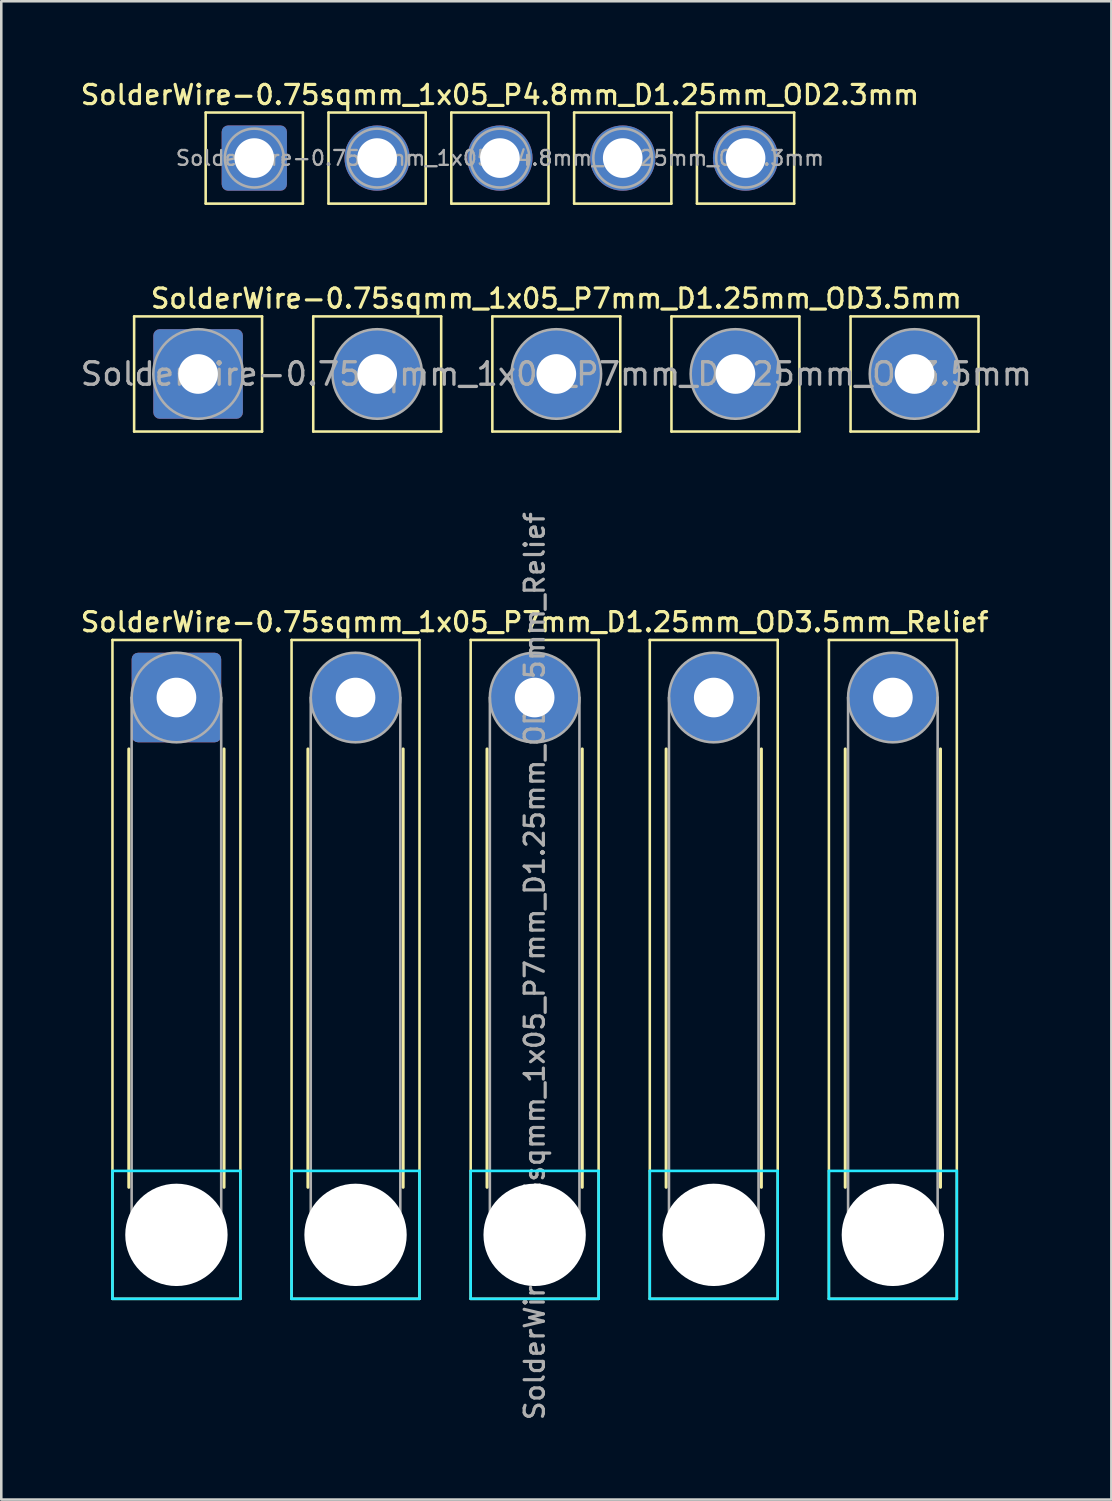
<source format=kicad_pcb>
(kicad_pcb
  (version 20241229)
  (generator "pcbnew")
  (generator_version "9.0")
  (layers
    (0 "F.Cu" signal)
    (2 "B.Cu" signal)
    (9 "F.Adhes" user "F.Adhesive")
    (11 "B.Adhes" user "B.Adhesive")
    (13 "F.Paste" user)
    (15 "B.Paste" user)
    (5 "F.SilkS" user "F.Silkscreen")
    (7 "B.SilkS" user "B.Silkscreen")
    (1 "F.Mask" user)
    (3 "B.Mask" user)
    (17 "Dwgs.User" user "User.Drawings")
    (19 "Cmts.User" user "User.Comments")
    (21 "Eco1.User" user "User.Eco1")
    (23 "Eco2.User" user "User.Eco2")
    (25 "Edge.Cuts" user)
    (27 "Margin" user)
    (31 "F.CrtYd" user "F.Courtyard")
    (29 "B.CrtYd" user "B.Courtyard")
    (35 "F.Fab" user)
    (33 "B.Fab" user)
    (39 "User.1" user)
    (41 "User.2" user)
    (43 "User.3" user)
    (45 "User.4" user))
  (footprint "SolderWire-0.75sqmm_1x05_P7mm_D1.25mm_OD3.5mm_Relief"
    (layer "F.Cu")
    (at 3.845 24.211)
    (property "Reference" "SolderWire-0.75sqmm_1x05_P7mm_D1.25mm_OD3.5mm_Relief" (at 14 -2.95 0) (layer "F.SilkS") (effects (font (size 0.75 0.75) (thickness 0.125))))
    (attr exclude_from_pos_files exclude_from_bom)
    (fp_line (start -2.5 -2.25) (end -2.5 23.5) (stroke (width 0.1) (type solid)) (layer "F.SilkS"))
    (fp_line (start -2.5 23.5) (end 2.5 23.5) (stroke (width 0.1) (type solid)) (layer "F.SilkS"))
    (fp_line (start -1.86 2.01) (end -1.86 19.14) (stroke (width 0.12) (type solid)) (layer "F.SilkS"))
    (fp_line (start 1.86 2.01) (end 1.86 19.14) (stroke (width 0.12) (type solid)) (layer "F.SilkS"))
    (fp_line (start 2.5 -2.25) (end -2.5 -2.25) (stroke (width 0.1) (type solid)) (layer "F.SilkS"))
    (fp_line (start 2.5 23.5) (end 2.5 -2.25) (stroke (width 0.1) (type solid)) (layer "F.SilkS"))
    (fp_line (start 4.5 -2.25) (end 4.5 23.5) (stroke (width 0.1) (type solid)) (layer "F.SilkS"))
    (fp_line (start 4.5 23.5) (end 9.5 23.5) (stroke (width 0.1) (type solid)) (layer "F.SilkS"))
    (fp_line (start 5.14 2.01) (end 5.14 19.14) (stroke (width 0.12) (type solid)) (layer "F.SilkS"))
    (fp_line (start 8.86 2.01) (end 8.86 19.14) (stroke (width 0.12) (type solid)) (layer "F.SilkS"))
    (fp_line (start 9.5 -2.25) (end 4.5 -2.25) (stroke (width 0.1) (type solid)) (layer "F.SilkS"))
    (fp_line (start 9.5 23.5) (end 9.5 -2.25) (stroke (width 0.1) (type solid)) (layer "F.SilkS"))
    (fp_line (start 11.5 -2.25) (end 11.5 23.5) (stroke (width 0.1) (type solid)) (layer "F.SilkS"))
    (fp_line (start 11.5 23.5) (end 16.5 23.5) (stroke (width 0.1) (type solid)) (layer "F.SilkS"))
    (fp_line (start 12.14 2.01) (end 12.14 19.14) (stroke (width 0.12) (type solid)) (layer "F.SilkS"))
    (fp_line (start 15.86 2.01) (end 15.86 19.14) (stroke (width 0.12) (type solid)) (layer "F.SilkS"))
    (fp_line (start 16.5 -2.25) (end 11.5 -2.25) (stroke (width 0.1) (type solid)) (layer "F.SilkS"))
    (fp_line (start 16.5 23.5) (end 16.5 -2.25) (stroke (width 0.1) (type solid)) (layer "F.SilkS"))
    (fp_line (start 18.5 -2.25) (end 18.5 23.5) (stroke (width 0.1) (type solid)) (layer "F.SilkS"))
    (fp_line (start 18.5 23.5) (end 23.5 23.5) (stroke (width 0.1) (type solid)) (layer "F.SilkS"))
    (fp_line (start 19.14 2.01) (end 19.14 19.14) (stroke (width 0.12) (type solid)) (layer "F.SilkS"))
    (fp_line (start 22.86 2.01) (end 22.86 19.14) (stroke (width 0.12) (type solid)) (layer "F.SilkS"))
    (fp_line (start 23.5 -2.25) (end 18.5 -2.25) (stroke (width 0.1) (type solid)) (layer "F.SilkS"))
    (fp_line (start 23.5 23.5) (end 23.5 -2.25) (stroke (width 0.1) (type solid)) (layer "F.SilkS"))
    (fp_line (start 25.5 -2.25) (end 25.5 23.5) (stroke (width 0.1) (type solid)) (layer "F.SilkS"))
    (fp_line (start 25.5 23.5) (end 30.5 23.5) (stroke (width 0.1) (type solid)) (layer "F.SilkS"))
    (fp_line (start 26.14 2.01) (end 26.14 19.14) (stroke (width 0.12) (type solid)) (layer "F.SilkS"))
    (fp_line (start 29.86 2.01) (end 29.86 19.14) (stroke (width 0.12) (type solid)) (layer "F.SilkS"))
    (fp_line (start 30.5 -2.25) (end 25.5 -2.25) (stroke (width 0.1) (type solid)) (layer "F.SilkS"))
    (fp_line (start 30.5 23.5) (end 30.5 -2.25) (stroke (width 0.1) (type solid)) (layer "F.SilkS"))
    (fp_line (start -2.5 18.5) (end -2.5 23.5) (stroke (width 0.1) (type solid)) (layer "B.CrtYd"))
    (fp_line (start -2.5 23.5) (end 2.5 23.5) (stroke (width 0.1) (type solid)) (layer "B.CrtYd"))
    (fp_line (start 2.5 18.5) (end -2.5 18.5) (stroke (width 0.1) (type solid)) (layer "B.CrtYd"))
    (fp_line (start 2.5 23.5) (end 2.5 18.5) (stroke (width 0.1) (type solid)) (layer "B.CrtYd"))
    (fp_line (start 4.5 18.5) (end 4.5 23.5) (stroke (width 0.1) (type solid)) (layer "B.CrtYd"))
    (fp_line (start 4.5 23.5) (end 9.5 23.5) (stroke (width 0.1) (type solid)) (layer "B.CrtYd"))
    (fp_line (start 9.5 18.5) (end 4.5 18.5) (stroke (width 0.1) (type solid)) (layer "B.CrtYd"))
    (fp_line (start 9.5 23.5) (end 9.5 18.5) (stroke (width 0.1) (type solid)) (layer "B.CrtYd"))
    (fp_line (start 11.5 18.5) (end 11.5 23.5) (stroke (width 0.1) (type solid)) (layer "B.CrtYd"))
    (fp_line (start 11.5 23.5) (end 16.5 23.5) (stroke (width 0.1) (type solid)) (layer "B.CrtYd"))
    (fp_line (start 16.5 18.5) (end 11.5 18.5) (stroke (width 0.1) (type solid)) (layer "B.CrtYd"))
    (fp_line (start 16.5 23.5) (end 16.5 18.5) (stroke (width 0.1) (type solid)) (layer "B.CrtYd"))
    (fp_line (start 18.5 18.5) (end 18.5 23.5) (stroke (width 0.1) (type solid)) (layer "B.CrtYd"))
    (fp_line (start 18.5 23.5) (end 23.5 23.5) (stroke (width 0.1) (type solid)) (layer "B.CrtYd"))
    (fp_line (start 23.5 18.5) (end 18.5 18.5) (stroke (width 0.1) (type solid)) (layer "B.CrtYd"))
    (fp_line (start 23.5 23.5) (end 23.5 18.5) (stroke (width 0.1) (type solid)) (layer "B.CrtYd"))
    (fp_line (start 25.5 18.5) (end 25.5 23.5) (stroke (width 0.1) (type solid)) (layer "B.CrtYd"))
    (fp_line (start 25.5 23.5) (end 30.5 23.5) (stroke (width 0.1) (type solid)) (layer "B.CrtYd"))
    (fp_line (start 30.5 18.5) (end 25.5 18.5) (stroke (width 0.1) (type solid)) (layer "B.CrtYd"))
    (fp_line (start 30.5 23.5) (end 30.5 18.5) (stroke (width 0.1) (type solid)) (layer "B.CrtYd"))
    (fp_line (start -1.75 0) (end -1.75 21) (stroke (width 0.1) (type solid)) (layer "F.Fab"))
    (fp_line (start 1.75 0) (end 1.75 21) (stroke (width 0.1) (type solid)) (layer "F.Fab"))
    (fp_line (start 5.25 0) (end 5.25 21) (stroke (width 0.1) (type solid)) (layer "F.Fab"))
    (fp_line (start 8.75 0) (end 8.75 21) (stroke (width 0.1) (type solid)) (layer "F.Fab"))
    (fp_line (start 12.25 0) (end 12.25 21) (stroke (width 0.1) (type solid)) (layer "F.Fab"))
    (fp_line (start 15.75 0) (end 15.75 21) (stroke (width 0.1) (type solid)) (layer "F.Fab"))
    (fp_line (start 19.25 0) (end 19.25 21) (stroke (width 0.1) (type solid)) (layer "F.Fab"))
    (fp_line (start 22.75 0) (end 22.75 21) (stroke (width 0.1) (type solid)) (layer "F.Fab"))
    (fp_line (start 26.25 0) (end 26.25 21) (stroke (width 0.1) (type solid)) (layer "F.Fab"))
    (fp_line (start 29.75 0) (end 29.75 21) (stroke (width 0.1) (type solid)) (layer "F.Fab"))
    (fp_circle (center 0 0) (end 1.75 0) (stroke (width 0.1) (type solid)) (fill no) (layer "F.Fab"))
    (fp_circle (center 0 21) (end 1.75 21) (stroke (width 0.1) (type solid)) (fill no) (layer "F.Fab"))
    (fp_circle (center 7 0) (end 8.75 0) (stroke (width 0.1) (type solid)) (fill no) (layer "F.Fab"))
    (fp_circle (center 7 21) (end 8.75 21) (stroke (width 0.1) (type solid)) (fill no) (layer "F.Fab"))
    (fp_circle (center 14 0) (end 15.75 0) (stroke (width 0.1) (type solid)) (fill no) (layer "F.Fab"))
    (fp_circle (center 14 21) (end 15.75 21) (stroke (width 0.1) (type solid)) (fill no) (layer "F.Fab"))
    (fp_circle (center 21 0) (end 22.75 0) (stroke (width 0.1) (type solid)) (fill no) (layer "F.Fab"))
    (fp_circle (center 21 21) (end 22.75 21) (stroke (width 0.1) (type solid)) (fill no) (layer "F.Fab"))
    (fp_circle (center 28 0) (end 29.75 0) (stroke (width 0.1) (type solid)) (fill no) (layer "F.Fab"))
    (fp_circle (center 28 21) (end 29.75 21) (stroke (width 0.1) (type solid)) (fill no) (layer "F.Fab"))
    (fp_text user "${REFERENCE}" (at 14 10.5 90) (layer "F.Fab") (effects (font (size 0.75 0.75) (thickness 0.125))))
    (pad "" np_thru_hole circle (at 0 21) (size 4 4) (drill 4) (layers "*.Cu" "*.Mask"))
    (pad "" np_thru_hole circle (at 7 21) (size 4 4) (drill 4) (layers "*.Cu" "*.Mask"))
    (pad "" np_thru_hole circle (at 14 21) (size 4 4) (drill 4) (layers "*.Cu" "*.Mask"))
    (pad "" np_thru_hole circle (at 21 21) (size 4 4) (drill 4) (layers "*.Cu" "*.Mask"))
    (pad "" np_thru_hole circle (at 28 21) (size 4 4) (drill 4) (layers "*.Cu" "*.Mask"))
    (pad "1" thru_hole roundrect (at 0 0) (size 3.5 3.5) (drill 1.55) (layers "*.Cu" "*.Mask") (roundrect_rratio 0.071))
    (pad "2" thru_hole circle (at 7 0) (size 3.5 3.5) (drill 1.55) (layers "*.Cu" "*.Mask"))
    (pad "3" thru_hole circle (at 14 0) (size 3.5 3.5) (drill 1.55) (layers "*.Cu" "*.Mask"))
    (pad "4" thru_hole circle (at 21 0) (size 3.5 3.5) (drill 1.55) (layers "*.Cu" "*.Mask"))
    (pad "5" thru_hole circle (at 28 0) (size 3.5 3.5) (drill 1.55) (layers "*.Cu" "*.Mask")))
  (footprint "SolderWire-0.75sqmm_1x05_P7mm_D1.25mm_OD3.5mm"
    (layer "F.Cu")
    (at 4.692 11.566)
    (property "Reference" "SolderWire-0.75sqmm_1x05_P7mm_D1.25mm_OD3.5mm" (at 14 -2.95 0) (layer "F.SilkS") (effects (font (size 0.75 0.75) (thickness 0.125))))
    (attr exclude_from_pos_files exclude_from_bom)
    (fp_line (start -2.5 -2.25) (end -2.5 2.25) (stroke (width 0.1) (type solid)) (layer "F.SilkS"))
    (fp_line (start -2.5 2.25) (end 2.5 2.25) (stroke (width 0.1) (type solid)) (layer "F.SilkS"))
    (fp_line (start 2.5 -2.25) (end -2.5 -2.25) (stroke (width 0.1) (type solid)) (layer "F.SilkS"))
    (fp_line (start 2.5 2.25) (end 2.5 -2.25) (stroke (width 0.1) (type solid)) (layer "F.SilkS"))
    (fp_line (start 4.5 -2.25) (end 4.5 2.25) (stroke (width 0.1) (type solid)) (layer "F.SilkS"))
    (fp_line (start 4.5 2.25) (end 9.5 2.25) (stroke (width 0.1) (type solid)) (layer "F.SilkS"))
    (fp_line (start 9.5 -2.25) (end 4.5 -2.25) (stroke (width 0.1) (type solid)) (layer "F.SilkS"))
    (fp_line (start 9.5 2.25) (end 9.5 -2.25) (stroke (width 0.1) (type solid)) (layer "F.SilkS"))
    (fp_line (start 11.5 -2.25) (end 11.5 2.25) (stroke (width 0.1) (type solid)) (layer "F.SilkS"))
    (fp_line (start 11.5 2.25) (end 16.5 2.25) (stroke (width 0.1) (type solid)) (layer "F.SilkS"))
    (fp_line (start 16.5 -2.25) (end 11.5 -2.25) (stroke (width 0.1) (type solid)) (layer "F.SilkS"))
    (fp_line (start 16.5 2.25) (end 16.5 -2.25) (stroke (width 0.1) (type solid)) (layer "F.SilkS"))
    (fp_line (start 18.5 -2.25) (end 18.5 2.25) (stroke (width 0.1) (type solid)) (layer "F.SilkS"))
    (fp_line (start 18.5 2.25) (end 23.5 2.25) (stroke (width 0.1) (type solid)) (layer "F.SilkS"))
    (fp_line (start 23.5 -2.25) (end 18.5 -2.25) (stroke (width 0.1) (type solid)) (layer "F.SilkS"))
    (fp_line (start 23.5 2.25) (end 23.5 -2.25) (stroke (width 0.1) (type solid)) (layer "F.SilkS"))
    (fp_line (start 25.5 -2.25) (end 25.5 2.25) (stroke (width 0.1) (type solid)) (layer "F.SilkS"))
    (fp_line (start 25.5 2.25) (end 30.5 2.25) (stroke (width 0.1) (type solid)) (layer "F.SilkS"))
    (fp_line (start 30.5 -2.25) (end 25.5 -2.25) (stroke (width 0.1) (type solid)) (layer "F.SilkS"))
    (fp_line (start 30.5 2.25) (end 30.5 -2.25) (stroke (width 0.1) (type solid)) (layer "F.SilkS"))
    (fp_circle (center 0 0) (end 1.75 0) (stroke (width 0.1) (type solid)) (fill no) (layer "F.Fab"))
    (fp_circle (center 7 0) (end 8.75 0) (stroke (width 0.1) (type solid)) (fill no) (layer "F.Fab"))
    (fp_circle (center 14 0) (end 15.75 0) (stroke (width 0.1) (type solid)) (fill no) (layer "F.Fab"))
    (fp_circle (center 21 0) (end 22.75 0) (stroke (width 0.1) (type solid)) (fill no) (layer "F.Fab"))
    (fp_circle (center 28 0) (end 29.75 0) (stroke (width 0.1) (type solid)) (fill no) (layer "F.Fab"))
    (fp_text user "${REFERENCE}" (at 14 0 0) (layer "F.Fab") (effects (font (size 0.88 0.88) (thickness 0.13))))
    (pad "1" thru_hole roundrect (at 0 0) (size 3.5 3.5) (drill 1.55) (layers "*.Cu" "*.Mask") (roundrect_rratio 0.071))
    (pad "2" thru_hole circle (at 7 0) (size 3.5 3.5) (drill 1.55) (layers "*.Cu" "*.Mask"))
    (pad "3" thru_hole circle (at 14 0) (size 3.5 3.5) (drill 1.55) (layers "*.Cu" "*.Mask"))
    (pad "4" thru_hole circle (at 21 0) (size 3.5 3.5) (drill 1.55) (layers "*.Cu" "*.Mask"))
    (pad "5" thru_hole circle (at 28 0) (size 3.5 3.5) (drill 1.55) (layers "*.Cu" "*.Mask")))
  (footprint "SolderWire-0.75sqmm_1x05_P4.8mm_D1.25mm_OD2.3mm"
    (layer "F.Cu")
    (at 6.888 3.128)
    (property "Reference" "SolderWire-0.75sqmm_1x05_P4.8mm_D1.25mm_OD2.3mm" (at 9.6 -2.47 0) (layer "F.SilkS") (effects (font (size 0.75 0.75) (thickness 0.125))))
    (attr exclude_from_pos_files exclude_from_bom)
    (fp_line (start -1.9 -1.78) (end -1.9 1.78) (stroke (width 0.1) (type solid)) (layer "F.SilkS"))
    (fp_line (start -1.9 1.78) (end 1.9 1.78) (stroke (width 0.1) (type solid)) (layer "F.SilkS"))
    (fp_line (start 1.9 -1.78) (end -1.9 -1.78) (stroke (width 0.1) (type solid)) (layer "F.SilkS"))
    (fp_line (start 1.9 1.78) (end 1.9 -1.78) (stroke (width 0.1) (type solid)) (layer "F.SilkS"))
    (fp_line (start 2.9 -1.78) (end 2.9 1.78) (stroke (width 0.1) (type solid)) (layer "F.SilkS"))
    (fp_line (start 2.9 1.78) (end 6.7 1.78) (stroke (width 0.1) (type solid)) (layer "F.SilkS"))
    (fp_line (start 6.7 -1.78) (end 2.9 -1.78) (stroke (width 0.1) (type solid)) (layer "F.SilkS"))
    (fp_line (start 6.7 1.78) (end 6.7 -1.78) (stroke (width 0.1) (type solid)) (layer "F.SilkS"))
    (fp_line (start 7.7 -1.78) (end 7.7 1.78) (stroke (width 0.1) (type solid)) (layer "F.SilkS"))
    (fp_line (start 7.7 1.78) (end 11.5 1.78) (stroke (width 0.1) (type solid)) (layer "F.SilkS"))
    (fp_line (start 11.5 -1.78) (end 7.7 -1.78) (stroke (width 0.1) (type solid)) (layer "F.SilkS"))
    (fp_line (start 11.5 1.78) (end 11.5 -1.78) (stroke (width 0.1) (type solid)) (layer "F.SilkS"))
    (fp_line (start 12.5 -1.78) (end 12.5 1.78) (stroke (width 0.1) (type solid)) (layer "F.SilkS"))
    (fp_line (start 12.5 1.78) (end 16.3 1.78) (stroke (width 0.1) (type solid)) (layer "F.SilkS"))
    (fp_line (start 16.3 -1.78) (end 12.5 -1.78) (stroke (width 0.1) (type solid)) (layer "F.SilkS"))
    (fp_line (start 16.3 1.78) (end 16.3 -1.78) (stroke (width 0.1) (type solid)) (layer "F.SilkS"))
    (fp_line (start 17.3 -1.78) (end 17.3 1.78) (stroke (width 0.1) (type solid)) (layer "F.SilkS"))
    (fp_line (start 17.3 1.78) (end 21.1 1.78) (stroke (width 0.1) (type solid)) (layer "F.SilkS"))
    (fp_line (start 21.1 -1.78) (end 17.3 -1.78) (stroke (width 0.1) (type solid)) (layer "F.SilkS"))
    (fp_line (start 21.1 1.78) (end 21.1 -1.78) (stroke (width 0.1) (type solid)) (layer "F.SilkS"))
    (fp_circle (center 0 0) (end 1.15 0) (stroke (width 0.1) (type solid)) (fill no) (layer "F.Fab"))
    (fp_circle (center 4.8 0) (end 5.95 0) (stroke (width 0.1) (type solid)) (fill no) (layer "F.Fab"))
    (fp_circle (center 9.6 0) (end 10.75 0) (stroke (width 0.1) (type solid)) (fill no) (layer "F.Fab"))
    (fp_circle (center 14.4 0) (end 15.55 0) (stroke (width 0.1) (type solid)) (fill no) (layer "F.Fab"))
    (fp_circle (center 19.2 0) (end 20.35 0) (stroke (width 0.1) (type solid)) (fill no) (layer "F.Fab"))
    (fp_text user "${REFERENCE}" (at 9.6 0 0) (layer "F.Fab") (effects (font (size 0.58 0.58) (thickness 0.09))))
    (pad "1" thru_hole roundrect (at 0 0) (size 2.55 2.55) (drill 1.55) (layers "*.Cu" "*.Mask") (roundrect_rratio 0.098))
    (pad "2" thru_hole circle (at 4.8 0) (size 2.55 2.55) (drill 1.55) (layers "*.Cu" "*.Mask"))
    (pad "3" thru_hole circle (at 9.6 0) (size 2.55 2.55) (drill 1.55) (layers "*.Cu" "*.Mask"))
    (pad "4" thru_hole circle (at 14.4 0) (size 2.55 2.55) (drill 1.55) (layers "*.Cu" "*.Mask"))
    (pad "5" thru_hole circle (at 19.2 0) (size 2.55 2.55) (drill 1.55) (layers "*.Cu" "*.Mask")))
  (gr_rect
    (start -3 -3)
    (end 40.384 55.556)
    (stroke (width 0.1) (type default))
    (fill no)
    (layer "Edge.Cuts")))
</source>
